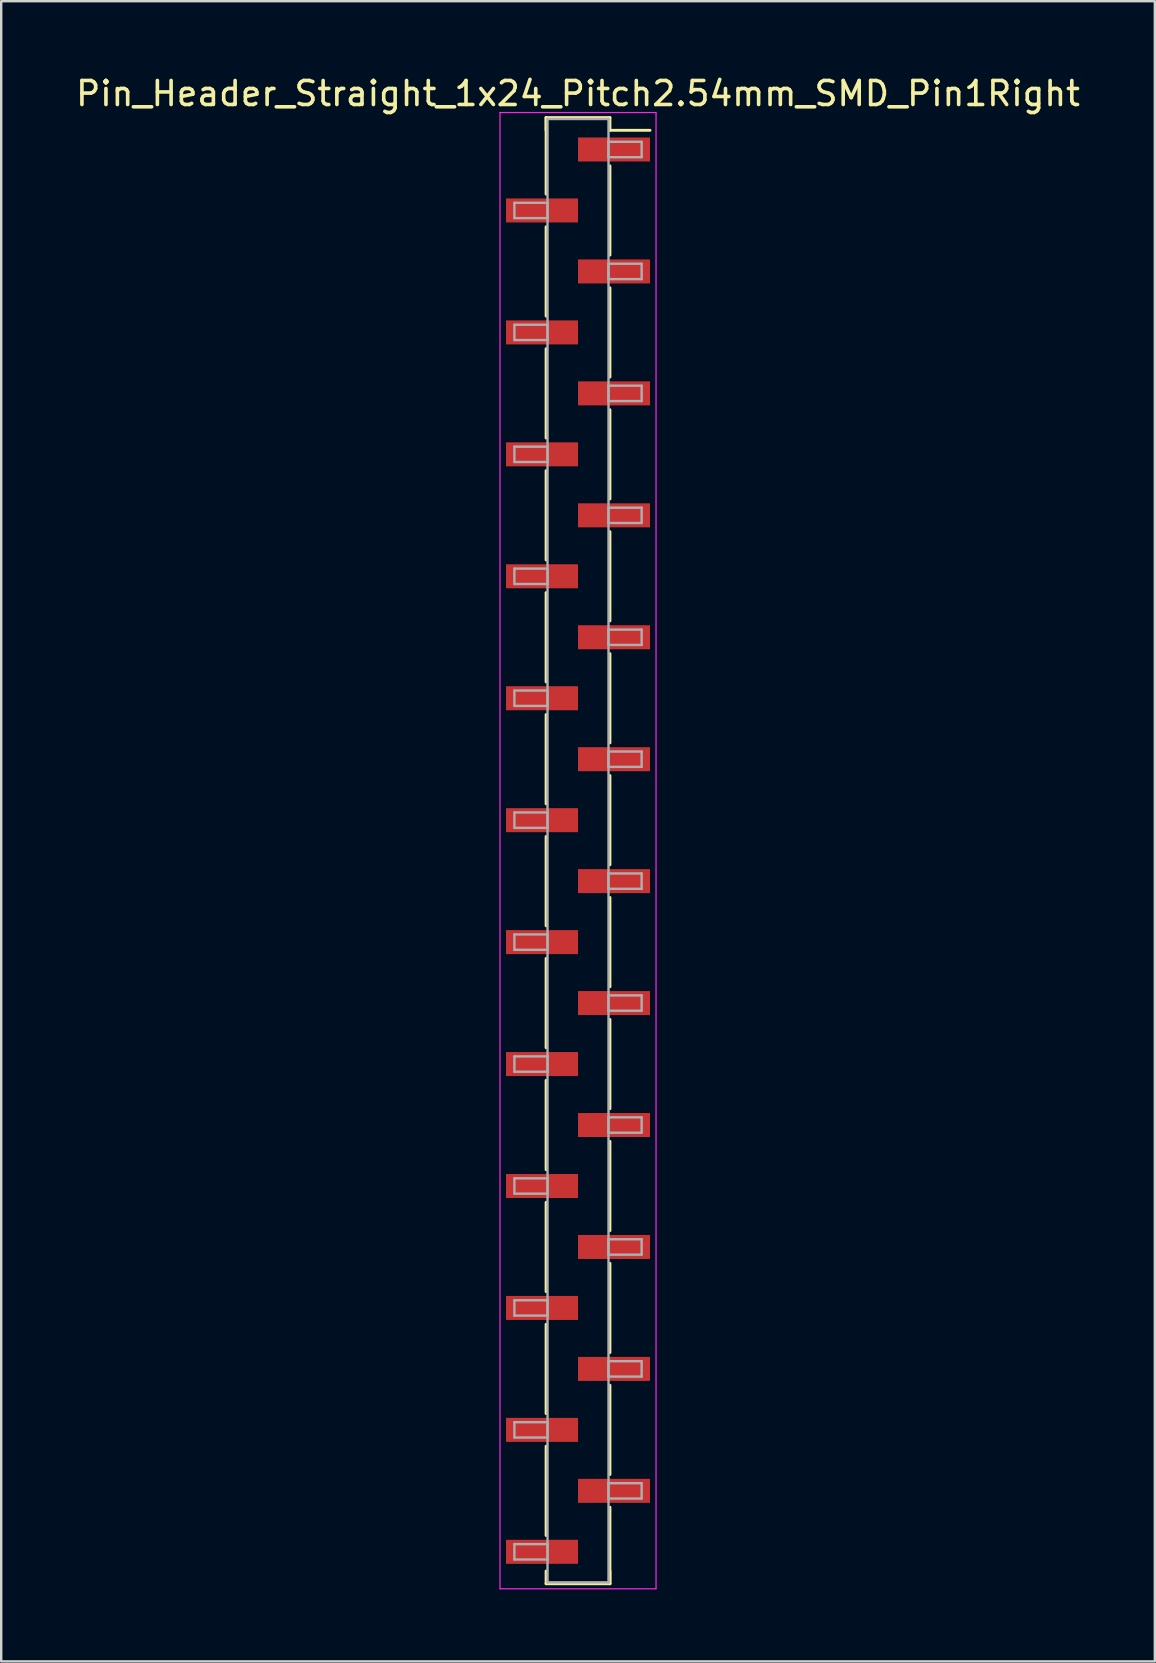
<source format=kicad_pcb>
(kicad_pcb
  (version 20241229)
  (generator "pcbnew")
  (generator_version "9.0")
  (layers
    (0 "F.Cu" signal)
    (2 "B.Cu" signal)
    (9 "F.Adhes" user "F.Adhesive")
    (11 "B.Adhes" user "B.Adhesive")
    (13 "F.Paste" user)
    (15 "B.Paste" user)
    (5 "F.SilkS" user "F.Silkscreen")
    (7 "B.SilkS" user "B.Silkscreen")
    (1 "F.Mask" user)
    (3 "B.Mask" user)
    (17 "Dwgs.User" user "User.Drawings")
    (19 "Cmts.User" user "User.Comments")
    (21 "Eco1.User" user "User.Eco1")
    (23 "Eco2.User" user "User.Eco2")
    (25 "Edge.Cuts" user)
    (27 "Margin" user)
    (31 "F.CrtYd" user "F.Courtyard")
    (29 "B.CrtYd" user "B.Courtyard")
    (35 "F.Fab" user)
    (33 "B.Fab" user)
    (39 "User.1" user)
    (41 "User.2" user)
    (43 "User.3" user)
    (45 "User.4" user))
  (footprint "Pin_Header_Straight_1x24_Pitch2.54mm_SMD_Pin1Right"
    (layer "F.Cu")
    (at 21.03 32.388)
    (property "Reference" "Pin_Header_Straight_1x24_Pitch2.54mm_SMD_Pin1Right" (at 0 -31.54 0) (layer "F.SilkS") (effects (font (size 1 1) (thickness 0.15))))
    (attr smd)
    (fp_line (start -1.33 -30.54) (end -1.33 -27.35) (stroke (width 0.12) (type solid)) (layer "F.SilkS"))
    (fp_line (start -1.33 -30.54) (end 1.33 -30.54) (stroke (width 0.12) (type solid)) (layer "F.SilkS"))
    (fp_line (start -1.33 -30.01) (end -1.33 -30.54) (stroke (width 0.12) (type solid)) (layer "F.SilkS"))
    (fp_line (start -1.33 -25.99) (end -1.33 -22.27) (stroke (width 0.12) (type solid)) (layer "F.SilkS"))
    (fp_line (start -1.33 -20.91) (end -1.33 -17.19) (stroke (width 0.12) (type solid)) (layer "F.SilkS"))
    (fp_line (start -1.33 -15.83) (end -1.33 -12.11) (stroke (width 0.12) (type solid)) (layer "F.SilkS"))
    (fp_line (start -1.33 -10.75) (end -1.33 -7.03) (stroke (width 0.12) (type solid)) (layer "F.SilkS"))
    (fp_line (start -1.33 -5.67) (end -1.33 -1.95) (stroke (width 0.12) (type solid)) (layer "F.SilkS"))
    (fp_line (start -1.33 -0.59) (end -1.33 3.13) (stroke (width 0.12) (type solid)) (layer "F.SilkS"))
    (fp_line (start -1.33 4.49) (end -1.33 8.21) (stroke (width 0.12) (type solid)) (layer "F.SilkS"))
    (fp_line (start -1.33 9.57) (end -1.33 13.29) (stroke (width 0.12) (type solid)) (layer "F.SilkS"))
    (fp_line (start -1.33 14.65) (end -1.33 18.37) (stroke (width 0.12) (type solid)) (layer "F.SilkS"))
    (fp_line (start -1.33 19.73) (end -1.33 23.45) (stroke (width 0.12) (type solid)) (layer "F.SilkS"))
    (fp_line (start -1.33 24.81) (end -1.33 28.53) (stroke (width 0.12) (type solid)) (layer "F.SilkS"))
    (fp_line (start -1.33 30.01) (end -1.33 30.54) (stroke (width 0.12) (type solid)) (layer "F.SilkS"))
    (fp_line (start -1.33 30.54) (end 1.33 30.54) (stroke (width 0.12) (type solid)) (layer "F.SilkS"))
    (fp_line (start 1.33 -30.54) (end 1.33 -30.01) (stroke (width 0.12) (type solid)) (layer "F.SilkS"))
    (fp_line (start 1.33 -30.01) (end 3 -30.01) (stroke (width 0.12) (type solid)) (layer "F.SilkS"))
    (fp_line (start 1.33 -28.53) (end 1.33 -24.81) (stroke (width 0.12) (type solid)) (layer "F.SilkS"))
    (fp_line (start 1.33 -23.45) (end 1.33 -19.73) (stroke (width 0.12) (type solid)) (layer "F.SilkS"))
    (fp_line (start 1.33 -18.37) (end 1.33 -14.65) (stroke (width 0.12) (type solid)) (layer "F.SilkS"))
    (fp_line (start 1.33 -13.29) (end 1.33 -9.57) (stroke (width 0.12) (type solid)) (layer "F.SilkS"))
    (fp_line (start 1.33 -8.21) (end 1.33 -4.49) (stroke (width 0.12) (type solid)) (layer "F.SilkS"))
    (fp_line (start 1.33 -3.13) (end 1.33 0.59) (stroke (width 0.12) (type solid)) (layer "F.SilkS"))
    (fp_line (start 1.33 1.95) (end 1.33 5.67) (stroke (width 0.12) (type solid)) (layer "F.SilkS"))
    (fp_line (start 1.33 7.03) (end 1.33 10.75) (stroke (width 0.12) (type solid)) (layer "F.SilkS"))
    (fp_line (start 1.33 12.11) (end 1.33 15.83) (stroke (width 0.12) (type solid)) (layer "F.SilkS"))
    (fp_line (start 1.33 17.19) (end 1.33 20.91) (stroke (width 0.12) (type solid)) (layer "F.SilkS"))
    (fp_line (start 1.33 22.27) (end 1.33 25.99) (stroke (width 0.12) (type solid)) (layer "F.SilkS"))
    (fp_line (start 1.33 27.35) (end 1.33 30.54) (stroke (width 0.12) (type solid)) (layer "F.SilkS"))
    (fp_line (start 1.33 30.54) (end 1.33 30.01) (stroke (width 0.12) (type solid)) (layer "F.SilkS"))
    (fp_line (start -3.25 -30.75) (end -3.25 30.75) (stroke (width 0.05) (type solid)) (layer "F.CrtYd"))
    (fp_line (start -3.25 30.75) (end 3.25 30.75) (stroke (width 0.05) (type solid)) (layer "F.CrtYd"))
    (fp_line (start 3.25 -30.75) (end -3.25 -30.75) (stroke (width 0.05) (type solid)) (layer "F.CrtYd"))
    (fp_line (start 3.25 30.75) (end 3.25 -30.75) (stroke (width 0.05) (type solid)) (layer "F.CrtYd"))
    (fp_line (start -2.65 -26.99) (end -1.27 -26.99) (stroke (width 0.1) (type solid)) (layer "F.Fab"))
    (fp_line (start -2.65 -26.35) (end -2.65 -26.99) (stroke (width 0.1) (type solid)) (layer "F.Fab"))
    (fp_line (start -2.65 -21.91) (end -1.27 -21.91) (stroke (width 0.1) (type solid)) (layer "F.Fab"))
    (fp_line (start -2.65 -21.27) (end -2.65 -21.91) (stroke (width 0.1) (type solid)) (layer "F.Fab"))
    (fp_line (start -2.65 -16.83) (end -1.27 -16.83) (stroke (width 0.1) (type solid)) (layer "F.Fab"))
    (fp_line (start -2.65 -16.19) (end -2.65 -16.83) (stroke (width 0.1) (type solid)) (layer "F.Fab"))
    (fp_line (start -2.65 -11.75) (end -1.27 -11.75) (stroke (width 0.1) (type solid)) (layer "F.Fab"))
    (fp_line (start -2.65 -11.11) (end -2.65 -11.75) (stroke (width 0.1) (type solid)) (layer "F.Fab"))
    (fp_line (start -2.65 -6.67) (end -1.27 -6.67) (stroke (width 0.1) (type solid)) (layer "F.Fab"))
    (fp_line (start -2.65 -6.03) (end -2.65 -6.67) (stroke (width 0.1) (type solid)) (layer "F.Fab"))
    (fp_line (start -2.65 -1.59) (end -1.27 -1.59) (stroke (width 0.1) (type solid)) (layer "F.Fab"))
    (fp_line (start -2.65 -0.95) (end -2.65 -1.59) (stroke (width 0.1) (type solid)) (layer "F.Fab"))
    (fp_line (start -2.65 3.49) (end -1.27 3.49) (stroke (width 0.1) (type solid)) (layer "F.Fab"))
    (fp_line (start -2.65 4.13) (end -2.65 3.49) (stroke (width 0.1) (type solid)) (layer "F.Fab"))
    (fp_line (start -2.65 8.57) (end -1.27 8.57) (stroke (width 0.1) (type solid)) (layer "F.Fab"))
    (fp_line (start -2.65 9.21) (end -2.65 8.57) (stroke (width 0.1) (type solid)) (layer "F.Fab"))
    (fp_line (start -2.65 13.65) (end -1.27 13.65) (stroke (width 0.1) (type solid)) (layer "F.Fab"))
    (fp_line (start -2.65 14.29) (end -2.65 13.65) (stroke (width 0.1) (type solid)) (layer "F.Fab"))
    (fp_line (start -2.65 18.73) (end -1.27 18.73) (stroke (width 0.1) (type solid)) (layer "F.Fab"))
    (fp_line (start -2.65 19.37) (end -2.65 18.73) (stroke (width 0.1) (type solid)) (layer "F.Fab"))
    (fp_line (start -2.65 23.81) (end -1.27 23.81) (stroke (width 0.1) (type solid)) (layer "F.Fab"))
    (fp_line (start -2.65 24.45) (end -2.65 23.81) (stroke (width 0.1) (type solid)) (layer "F.Fab"))
    (fp_line (start -2.65 28.89) (end -1.27 28.89) (stroke (width 0.1) (type solid)) (layer "F.Fab"))
    (fp_line (start -2.65 29.53) (end -2.65 28.89) (stroke (width 0.1) (type solid)) (layer "F.Fab"))
    (fp_line (start -1.27 -30.48) (end -1.27 30.48) (stroke (width 0.1) (type solid)) (layer "F.Fab"))
    (fp_line (start -1.27 -26.99) (end -1.27 -26.35) (stroke (width 0.1) (type solid)) (layer "F.Fab"))
    (fp_line (start -1.27 -26.35) (end -2.65 -26.35) (stroke (width 0.1) (type solid)) (layer "F.Fab"))
    (fp_line (start -1.27 -21.91) (end -1.27 -21.27) (stroke (width 0.1) (type solid)) (layer "F.Fab"))
    (fp_line (start -1.27 -21.27) (end -2.65 -21.27) (stroke (width 0.1) (type solid)) (layer "F.Fab"))
    (fp_line (start -1.27 -16.83) (end -1.27 -16.19) (stroke (width 0.1) (type solid)) (layer "F.Fab"))
    (fp_line (start -1.27 -16.19) (end -2.65 -16.19) (stroke (width 0.1) (type solid)) (layer "F.Fab"))
    (fp_line (start -1.27 -11.75) (end -1.27 -11.11) (stroke (width 0.1) (type solid)) (layer "F.Fab"))
    (fp_line (start -1.27 -11.11) (end -2.65 -11.11) (stroke (width 0.1) (type solid)) (layer "F.Fab"))
    (fp_line (start -1.27 -6.67) (end -1.27 -6.03) (stroke (width 0.1) (type solid)) (layer "F.Fab"))
    (fp_line (start -1.27 -6.03) (end -2.65 -6.03) (stroke (width 0.1) (type solid)) (layer "F.Fab"))
    (fp_line (start -1.27 -1.59) (end -1.27 -0.95) (stroke (width 0.1) (type solid)) (layer "F.Fab"))
    (fp_line (start -1.27 -0.95) (end -2.65 -0.95) (stroke (width 0.1) (type solid)) (layer "F.Fab"))
    (fp_line (start -1.27 3.49) (end -1.27 4.13) (stroke (width 0.1) (type solid)) (layer "F.Fab"))
    (fp_line (start -1.27 4.13) (end -2.65 4.13) (stroke (width 0.1) (type solid)) (layer "F.Fab"))
    (fp_line (start -1.27 8.57) (end -1.27 9.21) (stroke (width 0.1) (type solid)) (layer "F.Fab"))
    (fp_line (start -1.27 9.21) (end -2.65 9.21) (stroke (width 0.1) (type solid)) (layer "F.Fab"))
    (fp_line (start -1.27 13.65) (end -1.27 14.29) (stroke (width 0.1) (type solid)) (layer "F.Fab"))
    (fp_line (start -1.27 14.29) (end -2.65 14.29) (stroke (width 0.1) (type solid)) (layer "F.Fab"))
    (fp_line (start -1.27 18.73) (end -1.27 19.37) (stroke (width 0.1) (type solid)) (layer "F.Fab"))
    (fp_line (start -1.27 19.37) (end -2.65 19.37) (stroke (width 0.1) (type solid)) (layer "F.Fab"))
    (fp_line (start -1.27 23.81) (end -1.27 24.45) (stroke (width 0.1) (type solid)) (layer "F.Fab"))
    (fp_line (start -1.27 24.45) (end -2.65 24.45) (stroke (width 0.1) (type solid)) (layer "F.Fab"))
    (fp_line (start -1.27 28.89) (end -1.27 29.53) (stroke (width 0.1) (type solid)) (layer "F.Fab"))
    (fp_line (start -1.27 29.53) (end -2.65 29.53) (stroke (width 0.1) (type solid)) (layer "F.Fab"))
    (fp_line (start -1.27 30.48) (end 1.27 30.48) (stroke (width 0.1) (type solid)) (layer "F.Fab"))
    (fp_line (start 1.27 -30.48) (end -1.27 -30.48) (stroke (width 0.1) (type solid)) (layer "F.Fab"))
    (fp_line (start 1.27 -29.53) (end 1.27 -28.89) (stroke (width 0.1) (type solid)) (layer "F.Fab"))
    (fp_line (start 1.27 -28.89) (end 2.65 -28.89) (stroke (width 0.1) (type solid)) (layer "F.Fab"))
    (fp_line (start 1.27 -24.45) (end 1.27 -23.81) (stroke (width 0.1) (type solid)) (layer "F.Fab"))
    (fp_line (start 1.27 -23.81) (end 2.65 -23.81) (stroke (width 0.1) (type solid)) (layer "F.Fab"))
    (fp_line (start 1.27 -19.37) (end 1.27 -18.73) (stroke (width 0.1) (type solid)) (layer "F.Fab"))
    (fp_line (start 1.27 -18.73) (end 2.65 -18.73) (stroke (width 0.1) (type solid)) (layer "F.Fab"))
    (fp_line (start 1.27 -14.29) (end 1.27 -13.65) (stroke (width 0.1) (type solid)) (layer "F.Fab"))
    (fp_line (start 1.27 -13.65) (end 2.65 -13.65) (stroke (width 0.1) (type solid)) (layer "F.Fab"))
    (fp_line (start 1.27 -9.21) (end 1.27 -8.57) (stroke (width 0.1) (type solid)) (layer "F.Fab"))
    (fp_line (start 1.27 -8.57) (end 2.65 -8.57) (stroke (width 0.1) (type solid)) (layer "F.Fab"))
    (fp_line (start 1.27 -4.13) (end 1.27 -3.49) (stroke (width 0.1) (type solid)) (layer "F.Fab"))
    (fp_line (start 1.27 -3.49) (end 2.65 -3.49) (stroke (width 0.1) (type solid)) (layer "F.Fab"))
    (fp_line (start 1.27 0.95) (end 1.27 1.59) (stroke (width 0.1) (type solid)) (layer "F.Fab"))
    (fp_line (start 1.27 1.59) (end 2.65 1.59) (stroke (width 0.1) (type solid)) (layer "F.Fab"))
    (fp_line (start 1.27 6.03) (end 1.27 6.67) (stroke (width 0.1) (type solid)) (layer "F.Fab"))
    (fp_line (start 1.27 6.67) (end 2.65 6.67) (stroke (width 0.1) (type solid)) (layer "F.Fab"))
    (fp_line (start 1.27 11.11) (end 1.27 11.75) (stroke (width 0.1) (type solid)) (layer "F.Fab"))
    (fp_line (start 1.27 11.75) (end 2.65 11.75) (stroke (width 0.1) (type solid)) (layer "F.Fab"))
    (fp_line (start 1.27 16.19) (end 1.27 16.83) (stroke (width 0.1) (type solid)) (layer "F.Fab"))
    (fp_line (start 1.27 16.83) (end 2.65 16.83) (stroke (width 0.1) (type solid)) (layer "F.Fab"))
    (fp_line (start 1.27 21.27) (end 1.27 21.91) (stroke (width 0.1) (type solid)) (layer "F.Fab"))
    (fp_line (start 1.27 21.91) (end 2.65 21.91) (stroke (width 0.1) (type solid)) (layer "F.Fab"))
    (fp_line (start 1.27 26.35) (end 1.27 26.99) (stroke (width 0.1) (type solid)) (layer "F.Fab"))
    (fp_line (start 1.27 26.99) (end 2.65 26.99) (stroke (width 0.1) (type solid)) (layer "F.Fab"))
    (fp_line (start 1.27 30.48) (end 1.27 -30.48) (stroke (width 0.1) (type solid)) (layer "F.Fab"))
    (fp_line (start 2.65 -29.53) (end 1.27 -29.53) (stroke (width 0.1) (type solid)) (layer "F.Fab"))
    (fp_line (start 2.65 -28.89) (end 2.65 -29.53) (stroke (width 0.1) (type solid)) (layer "F.Fab"))
    (fp_line (start 2.65 -24.45) (end 1.27 -24.45) (stroke (width 0.1) (type solid)) (layer "F.Fab"))
    (fp_line (start 2.65 -23.81) (end 2.65 -24.45) (stroke (width 0.1) (type solid)) (layer "F.Fab"))
    (fp_line (start 2.65 -19.37) (end 1.27 -19.37) (stroke (width 0.1) (type solid)) (layer "F.Fab"))
    (fp_line (start 2.65 -18.73) (end 2.65 -19.37) (stroke (width 0.1) (type solid)) (layer "F.Fab"))
    (fp_line (start 2.65 -14.29) (end 1.27 -14.29) (stroke (width 0.1) (type solid)) (layer "F.Fab"))
    (fp_line (start 2.65 -13.65) (end 2.65 -14.29) (stroke (width 0.1) (type solid)) (layer "F.Fab"))
    (fp_line (start 2.65 -9.21) (end 1.27 -9.21) (stroke (width 0.1) (type solid)) (layer "F.Fab"))
    (fp_line (start 2.65 -8.57) (end 2.65 -9.21) (stroke (width 0.1) (type solid)) (layer "F.Fab"))
    (fp_line (start 2.65 -4.13) (end 1.27 -4.13) (stroke (width 0.1) (type solid)) (layer "F.Fab"))
    (fp_line (start 2.65 -3.49) (end 2.65 -4.13) (stroke (width 0.1) (type solid)) (layer "F.Fab"))
    (fp_line (start 2.65 0.95) (end 1.27 0.95) (stroke (width 0.1) (type solid)) (layer "F.Fab"))
    (fp_line (start 2.65 1.59) (end 2.65 0.95) (stroke (width 0.1) (type solid)) (layer "F.Fab"))
    (fp_line (start 2.65 6.03) (end 1.27 6.03) (stroke (width 0.1) (type solid)) (layer "F.Fab"))
    (fp_line (start 2.65 6.67) (end 2.65 6.03) (stroke (width 0.1) (type solid)) (layer "F.Fab"))
    (fp_line (start 2.65 11.11) (end 1.27 11.11) (stroke (width 0.1) (type solid)) (layer "F.Fab"))
    (fp_line (start 2.65 11.75) (end 2.65 11.11) (stroke (width 0.1) (type solid)) (layer "F.Fab"))
    (fp_line (start 2.65 16.19) (end 1.27 16.19) (stroke (width 0.1) (type solid)) (layer "F.Fab"))
    (fp_line (start 2.65 16.83) (end 2.65 16.19) (stroke (width 0.1) (type solid)) (layer "F.Fab"))
    (fp_line (start 2.65 21.27) (end 1.27 21.27) (stroke (width 0.1) (type solid)) (layer "F.Fab"))
    (fp_line (start 2.65 21.91) (end 2.65 21.27) (stroke (width 0.1) (type solid)) (layer "F.Fab"))
    (fp_line (start 2.65 26.35) (end 1.27 26.35) (stroke (width 0.1) (type solid)) (layer "F.Fab"))
    (fp_line (start 2.65 26.99) (end 2.65 26.35) (stroke (width 0.1) (type solid)) (layer "F.Fab"))
    (pad "1" smd rect (at 1.5 -29.21) (size 3 1) (layers "F.Cu" "F.Mask"))
    (pad "2" smd rect (at -1.5 -26.67) (size 3 1) (layers "F.Cu" "F.Mask"))
    (pad "3" smd rect (at 1.5 -24.13) (size 3 1) (layers "F.Cu" "F.Mask"))
    (pad "4" smd rect (at -1.5 -21.59) (size 3 1) (layers "F.Cu" "F.Mask"))
    (pad "5" smd rect (at 1.5 -19.05) (size 3 1) (layers "F.Cu" "F.Mask"))
    (pad "6" smd rect (at -1.5 -16.51) (size 3 1) (layers "F.Cu" "F.Mask"))
    (pad "7" smd rect (at 1.5 -13.97) (size 3 1) (layers "F.Cu" "F.Mask"))
    (pad "8" smd rect (at -1.5 -11.43) (size 3 1) (layers "F.Cu" "F.Mask"))
    (pad "9" smd rect (at 1.5 -8.89) (size 3 1) (layers "F.Cu" "F.Mask"))
    (pad "10" smd rect (at -1.5 -6.35) (size 3 1) (layers "F.Cu" "F.Mask"))
    (pad "11" smd rect (at 1.5 -3.81) (size 3 1) (layers "F.Cu" "F.Mask"))
    (pad "12" smd rect (at -1.5 -1.27) (size 3 1) (layers "F.Cu" "F.Mask"))
    (pad "13" smd rect (at 1.5 1.27) (size 3 1) (layers "F.Cu" "F.Mask"))
    (pad "14" smd rect (at -1.5 3.81) (size 3 1) (layers "F.Cu" "F.Mask"))
    (pad "15" smd rect (at 1.5 6.35) (size 3 1) (layers "F.Cu" "F.Mask"))
    (pad "16" smd rect (at -1.5 8.89) (size 3 1) (layers "F.Cu" "F.Mask"))
    (pad "17" smd rect (at 1.5 11.43) (size 3 1) (layers "F.Cu" "F.Mask"))
    (pad "18" smd rect (at -1.5 13.97) (size 3 1) (layers "F.Cu" "F.Mask"))
    (pad "19" smd rect (at 1.5 16.51) (size 3 1) (layers "F.Cu" "F.Mask"))
    (pad "20" smd rect (at -1.5 19.05) (size 3 1) (layers "F.Cu" "F.Mask"))
    (pad "21" smd rect (at 1.5 21.59) (size 3 1) (layers "F.Cu" "F.Mask"))
    (pad "22" smd rect (at -1.5 24.13) (size 3 1) (layers "F.Cu" "F.Mask"))
    (pad "23" smd rect (at 1.5 26.67) (size 3 1) (layers "F.Cu" "F.Mask"))
    (pad "24" smd rect (at -1.5 29.21) (size 3 1) (layers "F.Cu" "F.Mask")))
  (gr_rect
    (start -3 -3)
    (end 45.06 66.163)
    (stroke (width 0.1) (type default))
    (fill no)
    (layer "Edge.Cuts")))
</source>
